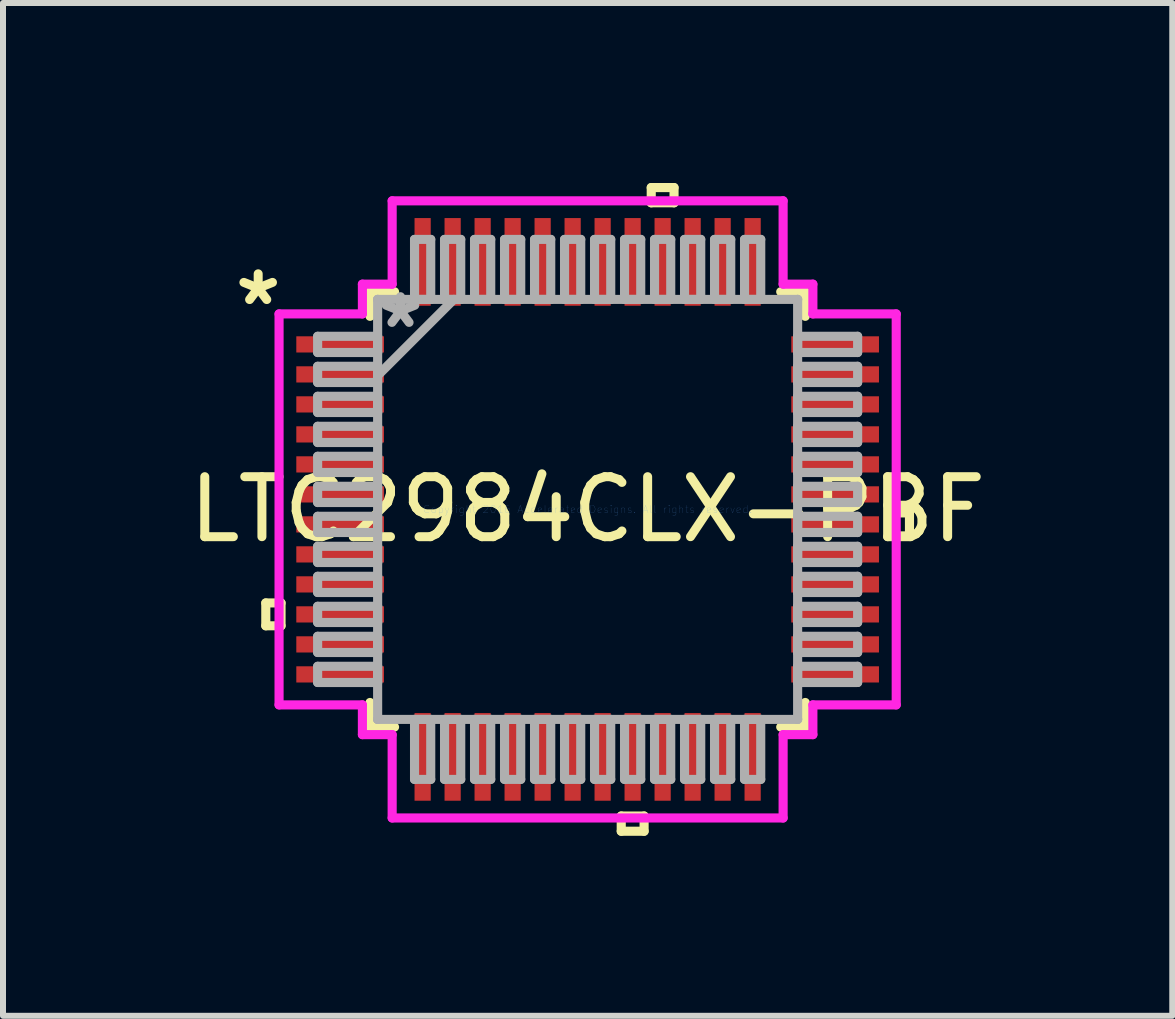
<source format=kicad_pcb>
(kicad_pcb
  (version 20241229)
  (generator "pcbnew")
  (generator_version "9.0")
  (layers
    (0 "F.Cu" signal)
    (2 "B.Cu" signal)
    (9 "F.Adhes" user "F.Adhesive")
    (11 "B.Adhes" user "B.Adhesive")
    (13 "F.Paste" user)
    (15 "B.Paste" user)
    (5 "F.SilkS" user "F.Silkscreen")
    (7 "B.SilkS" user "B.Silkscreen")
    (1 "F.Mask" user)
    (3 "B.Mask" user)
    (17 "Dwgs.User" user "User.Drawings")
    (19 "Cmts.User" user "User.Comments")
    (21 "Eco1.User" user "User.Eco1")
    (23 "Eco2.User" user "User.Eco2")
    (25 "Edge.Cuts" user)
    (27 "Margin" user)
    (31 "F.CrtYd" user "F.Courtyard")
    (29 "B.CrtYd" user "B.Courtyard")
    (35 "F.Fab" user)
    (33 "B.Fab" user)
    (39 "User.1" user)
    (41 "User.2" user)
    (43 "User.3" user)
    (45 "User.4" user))
  (footprint "LTC2984CLX-PBF"
    (layer "F.Cu")
    (at 6.744 5.44)
    (property "Reference" "LTC2984CLX-PBF" (at 0 0 0) (layer "F.SilkS") (effects (font (size 1 1) (thickness 0.15))))
    (attr through_hole)
    (fp_line (start -5.364 1.559) (end -5.364 1.94) (stroke (width 0.152) (type solid)) (layer "F.SilkS"))
    (fp_line (start -5.364 1.94) (end -5.11 1.94) (stroke (width 0.152) (type solid)) (layer "F.SilkS"))
    (fp_line (start -5.11 1.559) (end -5.364 1.559) (stroke (width 0.152) (type solid)) (layer "F.SilkS"))
    (fp_line (start -5.11 1.94) (end -5.11 1.559) (stroke (width 0.152) (type solid)) (layer "F.SilkS"))
    (fp_line (start -3.627 -3.627) (end -3.627 -3.218) (stroke (width 0.152) (type solid)) (layer "F.SilkS"))
    (fp_line (start -3.627 3.218) (end -3.627 3.627) (stroke (width 0.152) (type solid)) (layer "F.SilkS"))
    (fp_line (start -3.627 3.627) (end -3.218 3.627) (stroke (width 0.152) (type solid)) (layer "F.SilkS"))
    (fp_line (start -3.218 -3.627) (end -3.627 -3.627) (stroke (width 0.152) (type solid)) (layer "F.SilkS"))
    (fp_line (start 0.56 5.11) (end 0.56 5.364) (stroke (width 0.152) (type solid)) (layer "F.SilkS"))
    (fp_line (start 0.56 5.364) (end 0.941 5.364) (stroke (width 0.152) (type solid)) (layer "F.SilkS"))
    (fp_line (start 0.941 5.11) (end 0.56 5.11) (stroke (width 0.152) (type solid)) (layer "F.SilkS"))
    (fp_line (start 0.941 5.364) (end 0.941 5.11) (stroke (width 0.152) (type solid)) (layer "F.SilkS"))
    (fp_line (start 1.06 -5.364) (end 1.44 -5.364) (stroke (width 0.152) (type solid)) (layer "F.SilkS"))
    (fp_line (start 1.06 -5.11) (end 1.06 -5.364) (stroke (width 0.152) (type solid)) (layer "F.SilkS"))
    (fp_line (start 1.44 -5.364) (end 1.44 -5.11) (stroke (width 0.152) (type solid)) (layer "F.SilkS"))
    (fp_line (start 1.44 -5.11) (end 1.06 -5.11) (stroke (width 0.152) (type solid)) (layer "F.SilkS"))
    (fp_line (start 3.218 3.627) (end 3.627 3.627) (stroke (width 0.152) (type solid)) (layer "F.SilkS"))
    (fp_line (start 3.627 -3.627) (end 3.218 -3.627) (stroke (width 0.152) (type solid)) (layer "F.SilkS"))
    (fp_line (start 3.627 -3.218) (end 3.627 -3.627) (stroke (width 0.152) (type solid)) (layer "F.SilkS"))
    (fp_line (start 3.627 3.627) (end 3.627 3.218) (stroke (width 0.152) (type solid)) (layer "F.SilkS"))
    (fp_line (start 5.11 0.059) (end 5.364 0.059) (stroke (width 0.152) (type solid)) (layer "F.SilkS"))
    (fp_line (start 5.11 0.441) (end 5.11 0.059) (stroke (width 0.152) (type solid)) (layer "F.SilkS"))
    (fp_line (start 5.364 0.059) (end 5.364 0.441) (stroke (width 0.152) (type solid)) (layer "F.SilkS"))
    (fp_line (start 5.364 0.441) (end 5.11 0.441) (stroke (width 0.152) (type solid)) (layer "F.SilkS"))
    (fp_line (start -5.143 -3.258) (end -3.754 -3.258) (stroke (width 0.152) (type solid)) (layer "F.CrtYd"))
    (fp_line (start -5.143 3.258) (end -5.143 -3.258) (stroke (width 0.152) (type solid)) (layer "F.CrtYd"))
    (fp_line (start -3.754 -3.754) (end -3.258 -3.754) (stroke (width 0.152) (type solid)) (layer "F.CrtYd"))
    (fp_line (start -3.754 -3.258) (end -3.754 -3.754) (stroke (width 0.152) (type solid)) (layer "F.CrtYd"))
    (fp_line (start -3.754 3.258) (end -5.143 3.258) (stroke (width 0.152) (type solid)) (layer "F.CrtYd"))
    (fp_line (start -3.754 3.754) (end -3.754 3.258) (stroke (width 0.152) (type solid)) (layer "F.CrtYd"))
    (fp_line (start -3.258 -5.143) (end 3.258 -5.143) (stroke (width 0.152) (type solid)) (layer "F.CrtYd"))
    (fp_line (start -3.258 -3.754) (end -3.258 -5.143) (stroke (width 0.152) (type solid)) (layer "F.CrtYd"))
    (fp_line (start -3.258 3.754) (end -3.754 3.754) (stroke (width 0.152) (type solid)) (layer "F.CrtYd"))
    (fp_line (start -3.258 5.143) (end -3.258 3.754) (stroke (width 0.152) (type solid)) (layer "F.CrtYd"))
    (fp_line (start 3.258 -5.143) (end 3.258 -3.754) (stroke (width 0.152) (type solid)) (layer "F.CrtYd"))
    (fp_line (start 3.258 -3.754) (end 3.754 -3.754) (stroke (width 0.152) (type solid)) (layer "F.CrtYd"))
    (fp_line (start 3.258 3.754) (end 3.258 5.143) (stroke (width 0.152) (type solid)) (layer "F.CrtYd"))
    (fp_line (start 3.258 5.143) (end -3.258 5.143) (stroke (width 0.152) (type solid)) (layer "F.CrtYd"))
    (fp_line (start 3.754 -3.754) (end 3.754 -3.258) (stroke (width 0.152) (type solid)) (layer "F.CrtYd"))
    (fp_line (start 3.754 -3.258) (end 5.143 -3.258) (stroke (width 0.152) (type solid)) (layer "F.CrtYd"))
    (fp_line (start 3.754 3.258) (end 3.754 3.754) (stroke (width 0.152) (type solid)) (layer "F.CrtYd"))
    (fp_line (start 3.754 3.754) (end 3.258 3.754) (stroke (width 0.152) (type solid)) (layer "F.CrtYd"))
    (fp_line (start 5.143 -3.258) (end 5.143 3.258) (stroke (width 0.152) (type solid)) (layer "F.CrtYd"))
    (fp_line (start 5.143 3.258) (end 3.754 3.258) (stroke (width 0.152) (type solid)) (layer "F.CrtYd"))
    (fp_line (start -4.5 -2.885) (end -4.5 -2.615) (stroke (width 0.152) (type solid)) (layer "F.Fab"))
    (fp_line (start -4.5 -2.615) (end -3.5 -2.615) (stroke (width 0.152) (type solid)) (layer "F.Fab"))
    (fp_line (start -4.5 -2.385) (end -4.5 -2.115) (stroke (width 0.152) (type solid)) (layer "F.Fab"))
    (fp_line (start -4.5 -2.115) (end -3.5 -2.115) (stroke (width 0.152) (type solid)) (layer "F.Fab"))
    (fp_line (start -4.5 -1.885) (end -4.5 -1.615) (stroke (width 0.152) (type solid)) (layer "F.Fab"))
    (fp_line (start -4.5 -1.615) (end -3.5 -1.615) (stroke (width 0.152) (type solid)) (layer "F.Fab"))
    (fp_line (start -4.5 -1.385) (end -4.5 -1.115) (stroke (width 0.152) (type solid)) (layer "F.Fab"))
    (fp_line (start -4.5 -1.115) (end -3.5 -1.115) (stroke (width 0.152) (type solid)) (layer "F.Fab"))
    (fp_line (start -4.5 -0.885) (end -4.5 -0.615) (stroke (width 0.152) (type solid)) (layer "F.Fab"))
    (fp_line (start -4.5 -0.615) (end -3.5 -0.615) (stroke (width 0.152) (type solid)) (layer "F.Fab"))
    (fp_line (start -4.5 -0.385) (end -4.5 -0.115) (stroke (width 0.152) (type solid)) (layer "F.Fab"))
    (fp_line (start -4.5 -0.115) (end -3.5 -0.115) (stroke (width 0.152) (type solid)) (layer "F.Fab"))
    (fp_line (start -4.5 0.115) (end -4.5 0.385) (stroke (width 0.152) (type solid)) (layer "F.Fab"))
    (fp_line (start -4.5 0.385) (end -3.5 0.385) (stroke (width 0.152) (type solid)) (layer "F.Fab"))
    (fp_line (start -4.5 0.615) (end -4.5 0.885) (stroke (width 0.152) (type solid)) (layer "F.Fab"))
    (fp_line (start -4.5 0.885) (end -3.5 0.885) (stroke (width 0.152) (type solid)) (layer "F.Fab"))
    (fp_line (start -4.5 1.115) (end -4.5 1.385) (stroke (width 0.152) (type solid)) (layer "F.Fab"))
    (fp_line (start -4.5 1.385) (end -3.5 1.385) (stroke (width 0.152) (type solid)) (layer "F.Fab"))
    (fp_line (start -4.5 1.615) (end -4.5 1.885) (stroke (width 0.152) (type solid)) (layer "F.Fab"))
    (fp_line (start -4.5 1.885) (end -3.5 1.885) (stroke (width 0.152) (type solid)) (layer "F.Fab"))
    (fp_line (start -4.5 2.115) (end -4.5 2.385) (stroke (width 0.152) (type solid)) (layer "F.Fab"))
    (fp_line (start -4.5 2.385) (end -3.5 2.385) (stroke (width 0.152) (type solid)) (layer "F.Fab"))
    (fp_line (start -4.5 2.615) (end -4.5 2.885) (stroke (width 0.152) (type solid)) (layer "F.Fab"))
    (fp_line (start -4.5 2.885) (end -3.5 2.885) (stroke (width 0.152) (type solid)) (layer "F.Fab"))
    (fp_line (start -3.5 -3.5) (end -3.5 -3.5) (stroke (width 0.152) (type solid)) (layer "F.Fab"))
    (fp_line (start -3.5 -3.5) (end -3.5 3.5) (stroke (width 0.152) (type solid)) (layer "F.Fab"))
    (fp_line (start -3.5 3.5) (end -3.5 3.5) (stroke (width 0.152) (type solid)) (layer "F.Fab"))
    (fp_line (start -3.5 3.5) (end 3.5 3.5) (stroke (width 0.152) (type solid)) (layer "F.Fab"))
    (fp_line (start -3.5 -2.885) (end -4.5 -2.885) (stroke (width 0.152) (type solid)) (layer "F.Fab"))
    (fp_line (start -3.5 -2.615) (end -3.5 -2.885) (stroke (width 0.152) (type solid)) (layer "F.Fab"))
    (fp_line (start -3.5 -2.385) (end -4.5 -2.385) (stroke (width 0.152) (type solid)) (layer "F.Fab"))
    (fp_line (start -3.5 -2.23) (end -2.23 -3.5) (stroke (width 0.152) (type solid)) (layer "F.Fab"))
    (fp_line (start -3.5 -2.115) (end -3.5 -2.385) (stroke (width 0.152) (type solid)) (layer "F.Fab"))
    (fp_line (start -3.5 -1.885) (end -4.5 -1.885) (stroke (width 0.152) (type solid)) (layer "F.Fab"))
    (fp_line (start -3.5 -1.615) (end -3.5 -1.885) (stroke (width 0.152) (type solid)) (layer "F.Fab"))
    (fp_line (start -3.5 -1.385) (end -4.5 -1.385) (stroke (width 0.152) (type solid)) (layer "F.Fab"))
    (fp_line (start -3.5 -1.115) (end -3.5 -1.385) (stroke (width 0.152) (type solid)) (layer "F.Fab"))
    (fp_line (start -3.5 -0.885) (end -4.5 -0.885) (stroke (width 0.152) (type solid)) (layer "F.Fab"))
    (fp_line (start -3.5 -0.615) (end -3.5 -0.885) (stroke (width 0.152) (type solid)) (layer "F.Fab"))
    (fp_line (start -3.5 -0.385) (end -4.5 -0.385) (stroke (width 0.152) (type solid)) (layer "F.Fab"))
    (fp_line (start -3.5 -0.115) (end -3.5 -0.385) (stroke (width 0.152) (type solid)) (layer "F.Fab"))
    (fp_line (start -3.5 0.115) (end -4.5 0.115) (stroke (width 0.152) (type solid)) (layer "F.Fab"))
    (fp_line (start -3.5 0.385) (end -3.5 0.115) (stroke (width 0.152) (type solid)) (layer "F.Fab"))
    (fp_line (start -3.5 0.615) (end -4.5 0.615) (stroke (width 0.152) (type solid)) (layer "F.Fab"))
    (fp_line (start -3.5 0.885) (end -3.5 0.615) (stroke (width 0.152) (type solid)) (layer "F.Fab"))
    (fp_line (start -3.5 1.115) (end -4.5 1.115) (stroke (width 0.152) (type solid)) (layer "F.Fab"))
    (fp_line (start -3.5 1.385) (end -3.5 1.115) (stroke (width 0.152) (type solid)) (layer "F.Fab"))
    (fp_line (start -3.5 1.615) (end -4.5 1.615) (stroke (width 0.152) (type solid)) (layer "F.Fab"))
    (fp_line (start -3.5 1.885) (end -3.5 1.615) (stroke (width 0.152) (type solid)) (layer "F.Fab"))
    (fp_line (start -3.5 2.115) (end -4.5 2.115) (stroke (width 0.152) (type solid)) (layer "F.Fab"))
    (fp_line (start -3.5 2.385) (end -3.5 2.115) (stroke (width 0.152) (type solid)) (layer "F.Fab"))
    (fp_line (start -3.5 2.615) (end -4.5 2.615) (stroke (width 0.152) (type solid)) (layer "F.Fab"))
    (fp_line (start -3.5 2.885) (end -3.5 2.615) (stroke (width 0.152) (type solid)) (layer "F.Fab"))
    (fp_line (start -2.885 -4.5) (end -2.885 -3.5) (stroke (width 0.152) (type solid)) (layer "F.Fab"))
    (fp_line (start -2.885 -3.5) (end -2.615 -3.5) (stroke (width 0.152) (type solid)) (layer "F.Fab"))
    (fp_line (start -2.885 3.5) (end -2.885 4.5) (stroke (width 0.152) (type solid)) (layer "F.Fab"))
    (fp_line (start -2.885 4.5) (end -2.615 4.5) (stroke (width 0.152) (type solid)) (layer "F.Fab"))
    (fp_line (start -2.615 -4.5) (end -2.885 -4.5) (stroke (width 0.152) (type solid)) (layer "F.Fab"))
    (fp_line (start -2.615 -3.5) (end -2.615 -4.5) (stroke (width 0.152) (type solid)) (layer "F.Fab"))
    (fp_line (start -2.615 3.5) (end -2.885 3.5) (stroke (width 0.152) (type solid)) (layer "F.Fab"))
    (fp_line (start -2.615 4.5) (end -2.615 3.5) (stroke (width 0.152) (type solid)) (layer "F.Fab"))
    (fp_line (start -2.385 -4.5) (end -2.385 -3.5) (stroke (width 0.152) (type solid)) (layer "F.Fab"))
    (fp_line (start -2.385 -3.5) (end -2.115 -3.5) (stroke (width 0.152) (type solid)) (layer "F.Fab"))
    (fp_line (start -2.385 3.5) (end -2.385 4.5) (stroke (width 0.152) (type solid)) (layer "F.Fab"))
    (fp_line (start -2.385 4.5) (end -2.115 4.5) (stroke (width 0.152) (type solid)) (layer "F.Fab"))
    (fp_line (start -2.115 -4.5) (end -2.385 -4.5) (stroke (width 0.152) (type solid)) (layer "F.Fab"))
    (fp_line (start -2.115 -3.5) (end -2.115 -4.5) (stroke (width 0.152) (type solid)) (layer "F.Fab"))
    (fp_line (start -2.115 3.5) (end -2.385 3.5) (stroke (width 0.152) (type solid)) (layer "F.Fab"))
    (fp_line (start -2.115 4.5) (end -2.115 3.5) (stroke (width 0.152) (type solid)) (layer "F.Fab"))
    (fp_line (start -1.885 -4.5) (end -1.885 -3.5) (stroke (width 0.152) (type solid)) (layer "F.Fab"))
    (fp_line (start -1.885 -3.5) (end -1.615 -3.5) (stroke (width 0.152) (type solid)) (layer "F.Fab"))
    (fp_line (start -1.885 3.5) (end -1.885 4.5) (stroke (width 0.152) (type solid)) (layer "F.Fab"))
    (fp_line (start -1.885 4.5) (end -1.615 4.5) (stroke (width 0.152) (type solid)) (layer "F.Fab"))
    (fp_line (start -1.615 -4.5) (end -1.885 -4.5) (stroke (width 0.152) (type solid)) (layer "F.Fab"))
    (fp_line (start -1.615 -3.5) (end -1.615 -4.5) (stroke (width 0.152) (type solid)) (layer "F.Fab"))
    (fp_line (start -1.615 3.5) (end -1.885 3.5) (stroke (width 0.152) (type solid)) (layer "F.Fab"))
    (fp_line (start -1.615 4.5) (end -1.615 3.5) (stroke (width 0.152) (type solid)) (layer "F.Fab"))
    (fp_line (start -1.385 -4.5) (end -1.385 -3.5) (stroke (width 0.152) (type solid)) (layer "F.Fab"))
    (fp_line (start -1.385 -3.5) (end -1.115 -3.5) (stroke (width 0.152) (type solid)) (layer "F.Fab"))
    (fp_line (start -1.385 3.5) (end -1.385 4.5) (stroke (width 0.152) (type solid)) (layer "F.Fab"))
    (fp_line (start -1.385 4.5) (end -1.115 4.5) (stroke (width 0.152) (type solid)) (layer "F.Fab"))
    (fp_line (start -1.115 -4.5) (end -1.385 -4.5) (stroke (width 0.152) (type solid)) (layer "F.Fab"))
    (fp_line (start -1.115 -3.5) (end -1.115 -4.5) (stroke (width 0.152) (type solid)) (layer "F.Fab"))
    (fp_line (start -1.115 3.5) (end -1.385 3.5) (stroke (width 0.152) (type solid)) (layer "F.Fab"))
    (fp_line (start -1.115 4.5) (end -1.115 3.5) (stroke (width 0.152) (type solid)) (layer "F.Fab"))
    (fp_line (start -0.885 -4.5) (end -0.885 -3.5) (stroke (width 0.152) (type solid)) (layer "F.Fab"))
    (fp_line (start -0.885 -3.5) (end -0.615 -3.5) (stroke (width 0.152) (type solid)) (layer "F.Fab"))
    (fp_line (start -0.885 3.5) (end -0.885 4.5) (stroke (width 0.152) (type solid)) (layer "F.Fab"))
    (fp_line (start -0.885 4.5) (end -0.615 4.5) (stroke (width 0.152) (type solid)) (layer "F.Fab"))
    (fp_line (start -0.615 -4.5) (end -0.885 -4.5) (stroke (width 0.152) (type solid)) (layer "F.Fab"))
    (fp_line (start -0.615 -3.5) (end -0.615 -4.5) (stroke (width 0.152) (type solid)) (layer "F.Fab"))
    (fp_line (start -0.615 3.5) (end -0.885 3.5) (stroke (width 0.152) (type solid)) (layer "F.Fab"))
    (fp_line (start -0.615 4.5) (end -0.615 3.5) (stroke (width 0.152) (type solid)) (layer "F.Fab"))
    (fp_line (start -0.385 -4.5) (end -0.385 -3.5) (stroke (width 0.152) (type solid)) (layer "F.Fab"))
    (fp_line (start -0.385 -3.5) (end -0.115 -3.5) (stroke (width 0.152) (type solid)) (layer "F.Fab"))
    (fp_line (start -0.385 3.5) (end -0.385 4.5) (stroke (width 0.152) (type solid)) (layer "F.Fab"))
    (fp_line (start -0.385 4.5) (end -0.115 4.5) (stroke (width 0.152) (type solid)) (layer "F.Fab"))
    (fp_line (start -0.115 -4.5) (end -0.385 -4.5) (stroke (width 0.152) (type solid)) (layer "F.Fab"))
    (fp_line (start -0.115 -3.5) (end -0.115 -4.5) (stroke (width 0.152) (type solid)) (layer "F.Fab"))
    (fp_line (start -0.115 3.5) (end -0.385 3.5) (stroke (width 0.152) (type solid)) (layer "F.Fab"))
    (fp_line (start -0.115 4.5) (end -0.115 3.5) (stroke (width 0.152) (type solid)) (layer "F.Fab"))
    (fp_line (start 0.115 -4.5) (end 0.115 -3.5) (stroke (width 0.152) (type solid)) (layer "F.Fab"))
    (fp_line (start 0.115 -3.5) (end 0.385 -3.5) (stroke (width 0.152) (type solid)) (layer "F.Fab"))
    (fp_line (start 0.115 3.5) (end 0.115 4.5) (stroke (width 0.152) (type solid)) (layer "F.Fab"))
    (fp_line (start 0.115 4.5) (end 0.385 4.5) (stroke (width 0.152) (type solid)) (layer "F.Fab"))
    (fp_line (start 0.385 -4.5) (end 0.115 -4.5) (stroke (width 0.152) (type solid)) (layer "F.Fab"))
    (fp_line (start 0.385 -3.5) (end 0.385 -4.5) (stroke (width 0.152) (type solid)) (layer "F.Fab"))
    (fp_line (start 0.385 3.5) (end 0.115 3.5) (stroke (width 0.152) (type solid)) (layer "F.Fab"))
    (fp_line (start 0.385 4.5) (end 0.385 3.5) (stroke (width 0.152) (type solid)) (layer "F.Fab"))
    (fp_line (start 0.615 -4.5) (end 0.615 -3.5) (stroke (width 0.152) (type solid)) (layer "F.Fab"))
    (fp_line (start 0.615 -3.5) (end 0.885 -3.5) (stroke (width 0.152) (type solid)) (layer "F.Fab"))
    (fp_line (start 0.615 3.5) (end 0.615 4.5) (stroke (width 0.152) (type solid)) (layer "F.Fab"))
    (fp_line (start 0.615 4.5) (end 0.885 4.5) (stroke (width 0.152) (type solid)) (layer "F.Fab"))
    (fp_line (start 0.885 -4.5) (end 0.615 -4.5) (stroke (width 0.152) (type solid)) (layer "F.Fab"))
    (fp_line (start 0.885 -3.5) (end 0.885 -4.5) (stroke (width 0.152) (type solid)) (layer "F.Fab"))
    (fp_line (start 0.885 3.5) (end 0.615 3.5) (stroke (width 0.152) (type solid)) (layer "F.Fab"))
    (fp_line (start 0.885 4.5) (end 0.885 3.5) (stroke (width 0.152) (type solid)) (layer "F.Fab"))
    (fp_line (start 1.115 -4.5) (end 1.115 -3.5) (stroke (width 0.152) (type solid)) (layer "F.Fab"))
    (fp_line (start 1.115 -3.5) (end 1.385 -3.5) (stroke (width 0.152) (type solid)) (layer "F.Fab"))
    (fp_line (start 1.115 3.5) (end 1.115 4.5) (stroke (width 0.152) (type solid)) (layer "F.Fab"))
    (fp_line (start 1.115 4.5) (end 1.385 4.5) (stroke (width 0.152) (type solid)) (layer "F.Fab"))
    (fp_line (start 1.385 -4.5) (end 1.115 -4.5) (stroke (width 0.152) (type solid)) (layer "F.Fab"))
    (fp_line (start 1.385 -3.5) (end 1.385 -4.5) (stroke (width 0.152) (type solid)) (layer "F.Fab"))
    (fp_line (start 1.385 3.5) (end 1.115 3.5) (stroke (width 0.152) (type solid)) (layer "F.Fab"))
    (fp_line (start 1.385 4.5) (end 1.385 3.5) (stroke (width 0.152) (type solid)) (layer "F.Fab"))
    (fp_line (start 1.615 -4.5) (end 1.615 -3.5) (stroke (width 0.152) (type solid)) (layer "F.Fab"))
    (fp_line (start 1.615 -3.5) (end 1.885 -3.5) (stroke (width 0.152) (type solid)) (layer "F.Fab"))
    (fp_line (start 1.615 3.5) (end 1.615 4.5) (stroke (width 0.152) (type solid)) (layer "F.Fab"))
    (fp_line (start 1.615 4.5) (end 1.885 4.5) (stroke (width 0.152) (type solid)) (layer "F.Fab"))
    (fp_line (start 1.885 -4.5) (end 1.615 -4.5) (stroke (width 0.152) (type solid)) (layer "F.Fab"))
    (fp_line (start 1.885 -3.5) (end 1.885 -4.5) (stroke (width 0.152) (type solid)) (layer "F.Fab"))
    (fp_line (start 1.885 3.5) (end 1.615 3.5) (stroke (width 0.152) (type solid)) (layer "F.Fab"))
    (fp_line (start 1.885 4.5) (end 1.885 3.5) (stroke (width 0.152) (type solid)) (layer "F.Fab"))
    (fp_line (start 2.115 -4.5) (end 2.115 -3.5) (stroke (width 0.152) (type solid)) (layer "F.Fab"))
    (fp_line (start 2.115 -3.5) (end 2.385 -3.5) (stroke (width 0.152) (type solid)) (layer "F.Fab"))
    (fp_line (start 2.115 3.5) (end 2.115 4.5) (stroke (width 0.152) (type solid)) (layer "F.Fab"))
    (fp_line (start 2.115 4.5) (end 2.385 4.5) (stroke (width 0.152) (type solid)) (layer "F.Fab"))
    (fp_line (start 2.385 -4.5) (end 2.115 -4.5) (stroke (width 0.152) (type solid)) (layer "F.Fab"))
    (fp_line (start 2.385 -3.5) (end 2.385 -4.5) (stroke (width 0.152) (type solid)) (layer "F.Fab"))
    (fp_line (start 2.385 3.5) (end 2.115 3.5) (stroke (width 0.152) (type solid)) (layer "F.Fab"))
    (fp_line (start 2.385 4.5) (end 2.385 3.5) (stroke (width 0.152) (type solid)) (layer "F.Fab"))
    (fp_line (start 2.615 -4.5) (end 2.615 -3.5) (stroke (width 0.152) (type solid)) (layer "F.Fab"))
    (fp_line (start 2.615 -3.5) (end 2.885 -3.5) (stroke (width 0.152) (type solid)) (layer "F.Fab"))
    (fp_line (start 2.615 3.5) (end 2.615 4.5) (stroke (width 0.152) (type solid)) (layer "F.Fab"))
    (fp_line (start 2.615 4.5) (end 2.885 4.5) (stroke (width 0.152) (type solid)) (layer "F.Fab"))
    (fp_line (start 2.885 -4.5) (end 2.615 -4.5) (stroke (width 0.152) (type solid)) (layer "F.Fab"))
    (fp_line (start 2.885 -3.5) (end 2.885 -4.5) (stroke (width 0.152) (type solid)) (layer "F.Fab"))
    (fp_line (start 2.885 3.5) (end 2.615 3.5) (stroke (width 0.152) (type solid)) (layer "F.Fab"))
    (fp_line (start 2.885 4.5) (end 2.885 3.5) (stroke (width 0.152) (type solid)) (layer "F.Fab"))
    (fp_line (start 3.5 -2.885) (end 3.5 -2.615) (stroke (width 0.152) (type solid)) (layer "F.Fab"))
    (fp_line (start 3.5 -2.615) (end 4.5 -2.615) (stroke (width 0.152) (type solid)) (layer "F.Fab"))
    (fp_line (start 3.5 -2.385) (end 3.5 -2.115) (stroke (width 0.152) (type solid)) (layer "F.Fab"))
    (fp_line (start 3.5 -2.115) (end 4.5 -2.115) (stroke (width 0.152) (type solid)) (layer "F.Fab"))
    (fp_line (start 3.5 -1.885) (end 3.5 -1.615) (stroke (width 0.152) (type solid)) (layer "F.Fab"))
    (fp_line (start 3.5 -1.615) (end 4.5 -1.615) (stroke (width 0.152) (type solid)) (layer "F.Fab"))
    (fp_line (start 3.5 -1.385) (end 3.5 -1.115) (stroke (width 0.152) (type solid)) (layer "F.Fab"))
    (fp_line (start 3.5 -1.115) (end 4.5 -1.115) (stroke (width 0.152) (type solid)) (layer "F.Fab"))
    (fp_line (start 3.5 -0.885) (end 3.5 -0.615) (stroke (width 0.152) (type solid)) (layer "F.Fab"))
    (fp_line (start 3.5 -0.615) (end 4.5 -0.615) (stroke (width 0.152) (type solid)) (layer "F.Fab"))
    (fp_line (start 3.5 -0.385) (end 3.5 -0.115) (stroke (width 0.152) (type solid)) (layer "F.Fab"))
    (fp_line (start 3.5 -0.115) (end 4.5 -0.115) (stroke (width 0.152) (type solid)) (layer "F.Fab"))
    (fp_line (start 3.5 0.115) (end 3.5 0.385) (stroke (width 0.152) (type solid)) (layer "F.Fab"))
    (fp_line (start 3.5 0.385) (end 4.5 0.385) (stroke (width 0.152) (type solid)) (layer "F.Fab"))
    (fp_line (start 3.5 0.615) (end 3.5 0.885) (stroke (width 0.152) (type solid)) (layer "F.Fab"))
    (fp_line (start 3.5 0.885) (end 4.5 0.885) (stroke (width 0.152) (type solid)) (layer "F.Fab"))
    (fp_line (start 3.5 1.115) (end 3.5 1.385) (stroke (width 0.152) (type solid)) (layer "F.Fab"))
    (fp_line (start 3.5 1.385) (end 4.5 1.385) (stroke (width 0.152) (type solid)) (layer "F.Fab"))
    (fp_line (start 3.5 1.615) (end 3.5 1.885) (stroke (width 0.152) (type solid)) (layer "F.Fab"))
    (fp_line (start 3.5 1.885) (end 4.5 1.885) (stroke (width 0.152) (type solid)) (layer "F.Fab"))
    (fp_line (start 3.5 2.115) (end 3.5 2.385) (stroke (width 0.152) (type solid)) (layer "F.Fab"))
    (fp_line (start 3.5 2.385) (end 4.5 2.385) (stroke (width 0.152) (type solid)) (layer "F.Fab"))
    (fp_line (start 3.5 2.615) (end 3.5 2.885) (stroke (width 0.152) (type solid)) (layer "F.Fab"))
    (fp_line (start 3.5 2.885) (end 4.5 2.885) (stroke (width 0.152) (type solid)) (layer "F.Fab"))
    (fp_line (start 3.5 -3.5) (end -3.5 -3.5) (stroke (width 0.152) (type solid)) (layer "F.Fab"))
    (fp_line (start 3.5 -3.5) (end 3.5 -3.5) (stroke (width 0.152) (type solid)) (layer "F.Fab"))
    (fp_line (start 3.5 3.5) (end 3.5 -3.5) (stroke (width 0.152) (type solid)) (layer "F.Fab"))
    (fp_line (start 3.5 3.5) (end 3.5 3.5) (stroke (width 0.152) (type solid)) (layer "F.Fab"))
    (fp_line (start 4.5 -2.885) (end 3.5 -2.885) (stroke (width 0.152) (type solid)) (layer "F.Fab"))
    (fp_line (start 4.5 -2.615) (end 4.5 -2.885) (stroke (width 0.152) (type solid)) (layer "F.Fab"))
    (fp_line (start 4.5 -2.385) (end 3.5 -2.385) (stroke (width 0.152) (type solid)) (layer "F.Fab"))
    (fp_line (start 4.5 -2.115) (end 4.5 -2.385) (stroke (width 0.152) (type solid)) (layer "F.Fab"))
    (fp_line (start 4.5 -1.885) (end 3.5 -1.885) (stroke (width 0.152) (type solid)) (layer "F.Fab"))
    (fp_line (start 4.5 -1.615) (end 4.5 -1.885) (stroke (width 0.152) (type solid)) (layer "F.Fab"))
    (fp_line (start 4.5 -1.385) (end 3.5 -1.385) (stroke (width 0.152) (type solid)) (layer "F.Fab"))
    (fp_line (start 4.5 -1.115) (end 4.5 -1.385) (stroke (width 0.152) (type solid)) (layer "F.Fab"))
    (fp_line (start 4.5 -0.885) (end 3.5 -0.885) (stroke (width 0.152) (type solid)) (layer "F.Fab"))
    (fp_line (start 4.5 -0.615) (end 4.5 -0.885) (stroke (width 0.152) (type solid)) (layer "F.Fab"))
    (fp_line (start 4.5 -0.385) (end 3.5 -0.385) (stroke (width 0.152) (type solid)) (layer "F.Fab"))
    (fp_line (start 4.5 -0.115) (end 4.5 -0.385) (stroke (width 0.152) (type solid)) (layer "F.Fab"))
    (fp_line (start 4.5 0.115) (end 3.5 0.115) (stroke (width 0.152) (type solid)) (layer "F.Fab"))
    (fp_line (start 4.5 0.385) (end 4.5 0.115) (stroke (width 0.152) (type solid)) (layer "F.Fab"))
    (fp_line (start 4.5 0.615) (end 3.5 0.615) (stroke (width 0.152) (type solid)) (layer "F.Fab"))
    (fp_line (start 4.5 0.885) (end 4.5 0.615) (stroke (width 0.152) (type solid)) (layer "F.Fab"))
    (fp_line (start 4.5 1.115) (end 3.5 1.115) (stroke (width 0.152) (type solid)) (layer "F.Fab"))
    (fp_line (start 4.5 1.385) (end 4.5 1.115) (stroke (width 0.152) (type solid)) (layer "F.Fab"))
    (fp_line (start 4.5 1.615) (end 3.5 1.615) (stroke (width 0.152) (type solid)) (layer "F.Fab"))
    (fp_line (start 4.5 1.885) (end 4.5 1.615) (stroke (width 0.152) (type solid)) (layer "F.Fab"))
    (fp_line (start 4.5 2.115) (end 3.5 2.115) (stroke (width 0.152) (type solid)) (layer "F.Fab"))
    (fp_line (start 4.5 2.385) (end 4.5 2.115) (stroke (width 0.152) (type solid)) (layer "F.Fab"))
    (fp_line (start 4.5 2.615) (end 3.5 2.615) (stroke (width 0.152) (type solid)) (layer "F.Fab"))
    (fp_line (start 4.5 2.885) (end 4.5 2.615) (stroke (width 0.152) (type solid)) (layer "F.Fab"))
    (fp_text user "*" (at -5.491 -3.381 0) (layer "F.SilkS") (effects (font (size 1 1) (thickness 0.15))))
    (fp_text user "Copyright 2016 Accelerated Designs. All rights reserved." (at 0 0 0) (layer "Cmts.User") (effects (font (size 0.127 0.127) (thickness 0.002))))
    (fp_text user "*" (at -3.119 -3 0) (layer "F.Fab") (effects (font (size 1 1) (thickness 0.15))))
    (pad "1" smd rect (at -4.125 -2.75 90) (size 0.27 1.461) (layers "F.Cu" "F.Mask" "F.Paste"))
    (pad "2" smd rect (at -4.125 -2.25 90) (size 0.27 1.461) (layers "F.Cu" "F.Mask" "F.Paste"))
    (pad "3" smd rect (at -4.125 -1.75 90) (size 0.27 1.461) (layers "F.Cu" "F.Mask" "F.Paste"))
    (pad "4" smd rect (at -4.125 -1.25 90) (size 0.27 1.461) (layers "F.Cu" "F.Mask" "F.Paste"))
    (pad "5" smd rect (at -4.125 -0.75 90) (size 0.27 1.461) (layers "F.Cu" "F.Mask" "F.Paste"))
    (pad "6" smd rect (at -4.125 -0.25 90) (size 0.27 1.461) (layers "F.Cu" "F.Mask" "F.Paste"))
    (pad "7" smd rect (at -4.125 0.25 90) (size 0.27 1.461) (layers "F.Cu" "F.Mask" "F.Paste"))
    (pad "8" smd rect (at -4.125 0.75 90) (size 0.27 1.461) (layers "F.Cu" "F.Mask" "F.Paste"))
    (pad "9" smd rect (at -4.125 1.25 90) (size 0.27 1.461) (layers "F.Cu" "F.Mask" "F.Paste"))
    (pad "10" smd rect (at -4.125 1.75 90) (size 0.27 1.461) (layers "F.Cu" "F.Mask" "F.Paste"))
    (pad "11" smd rect (at -4.125 2.25 90) (size 0.27 1.461) (layers "F.Cu" "F.Mask" "F.Paste"))
    (pad "12" smd rect (at -4.125 2.75 90) (size 0.27 1.461) (layers "F.Cu" "F.Mask" "F.Paste"))
    (pad "13" smd rect (at -2.75 4.125) (size 0.27 1.461) (layers "F.Cu" "F.Mask" "F.Paste"))
    (pad "14" smd rect (at -2.25 4.125) (size 0.27 1.461) (layers "F.Cu" "F.Mask" "F.Paste"))
    (pad "15" smd rect (at -1.75 4.125) (size 0.27 1.461) (layers "F.Cu" "F.Mask" "F.Paste"))
    (pad "16" smd rect (at -1.25 4.125) (size 0.27 1.461) (layers "F.Cu" "F.Mask" "F.Paste"))
    (pad "17" smd rect (at -0.75 4.125) (size 0.27 1.461) (layers "F.Cu" "F.Mask" "F.Paste"))
    (pad "18" smd rect (at -0.25 4.125) (size 0.27 1.461) (layers "F.Cu" "F.Mask" "F.Paste"))
    (pad "19" smd rect (at 0.25 4.125) (size 0.27 1.461) (layers "F.Cu" "F.Mask" "F.Paste"))
    (pad "20" smd rect (at 0.75 4.125) (size 0.27 1.461) (layers "F.Cu" "F.Mask" "F.Paste"))
    (pad "21" smd rect (at 1.25 4.125) (size 0.27 1.461) (layers "F.Cu" "F.Mask" "F.Paste"))
    (pad "22" smd rect (at 1.75 4.125) (size 0.27 1.461) (layers "F.Cu" "F.Mask" "F.Paste"))
    (pad "23" smd rect (at 2.25 4.125) (size 0.27 1.461) (layers "F.Cu" "F.Mask" "F.Paste"))
    (pad "24" smd rect (at 2.75 4.125) (size 0.27 1.461) (layers "F.Cu" "F.Mask" "F.Paste"))
    (pad "25" smd rect (at 4.125 2.75 90) (size 0.27 1.461) (layers "F.Cu" "F.Mask" "F.Paste"))
    (pad "26" smd rect (at 4.125 2.25 90) (size 0.27 1.461) (layers "F.Cu" "F.Mask" "F.Paste"))
    (pad "27" smd rect (at 4.125 1.75 90) (size 0.27 1.461) (layers "F.Cu" "F.Mask" "F.Paste"))
    (pad "28" smd rect (at 4.125 1.25 90) (size 0.27 1.461) (layers "F.Cu" "F.Mask" "F.Paste"))
    (pad "29" smd rect (at 4.125 0.75 90) (size 0.27 1.461) (layers "F.Cu" "F.Mask" "F.Paste"))
    (pad "30" smd rect (at 4.125 0.25 90) (size 0.27 1.461) (layers "F.Cu" "F.Mask" "F.Paste"))
    (pad "31" smd rect (at 4.125 -0.25 90) (size 0.27 1.461) (layers "F.Cu" "F.Mask" "F.Paste"))
    (pad "32" smd rect (at 4.125 -0.75 90) (size 0.27 1.461) (layers "F.Cu" "F.Mask" "F.Paste"))
    (pad "33" smd rect (at 4.125 -1.25 90) (size 0.27 1.461) (layers "F.Cu" "F.Mask" "F.Paste"))
    (pad "34" smd rect (at 4.125 -1.75 90) (size 0.27 1.461) (layers "F.Cu" "F.Mask" "F.Paste"))
    (pad "35" smd rect (at 4.125 -2.25 90) (size 0.27 1.461) (layers "F.Cu" "F.Mask" "F.Paste"))
    (pad "36" smd rect (at 4.125 -2.75 90) (size 0.27 1.461) (layers "F.Cu" "F.Mask" "F.Paste"))
    (pad "37" smd rect (at 2.75 -4.125) (size 0.27 1.461) (layers "F.Cu" "F.Mask" "F.Paste"))
    (pad "38" smd rect (at 2.25 -4.125) (size 0.27 1.461) (layers "F.Cu" "F.Mask" "F.Paste"))
    (pad "39" smd rect (at 1.75 -4.125) (size 0.27 1.461) (layers "F.Cu" "F.Mask" "F.Paste"))
    (pad "40" smd rect (at 1.25 -4.125) (size 0.27 1.461) (layers "F.Cu" "F.Mask" "F.Paste"))
    (pad "41" smd rect (at 0.75 -4.125) (size 0.27 1.461) (layers "F.Cu" "F.Mask" "F.Paste"))
    (pad "42" smd rect (at 0.25 -4.125) (size 0.27 1.461) (layers "F.Cu" "F.Mask" "F.Paste"))
    (pad "43" smd rect (at -0.25 -4.125) (size 0.27 1.461) (layers "F.Cu" "F.Mask" "F.Paste"))
    (pad "44" smd rect (at -0.75 -4.125) (size 0.27 1.461) (layers "F.Cu" "F.Mask" "F.Paste"))
    (pad "45" smd rect (at -1.25 -4.125) (size 0.27 1.461) (layers "F.Cu" "F.Mask" "F.Paste"))
    (pad "46" smd rect (at -1.75 -4.125) (size 0.27 1.461) (layers "F.Cu" "F.Mask" "F.Paste"))
    (pad "47" smd rect (at -2.25 -4.125) (size 0.27 1.461) (layers "F.Cu" "F.Mask" "F.Paste"))
    (pad "48" smd rect (at -2.75 -4.125) (size 0.27 1.461) (layers "F.Cu" "F.Mask" "F.Paste")))
  (gr_rect
    (start -3 -3)
    (end 16.488 13.88)
    (stroke (width 0.1) (type default))
    (fill no)
    (layer "Edge.Cuts")))
</source>
